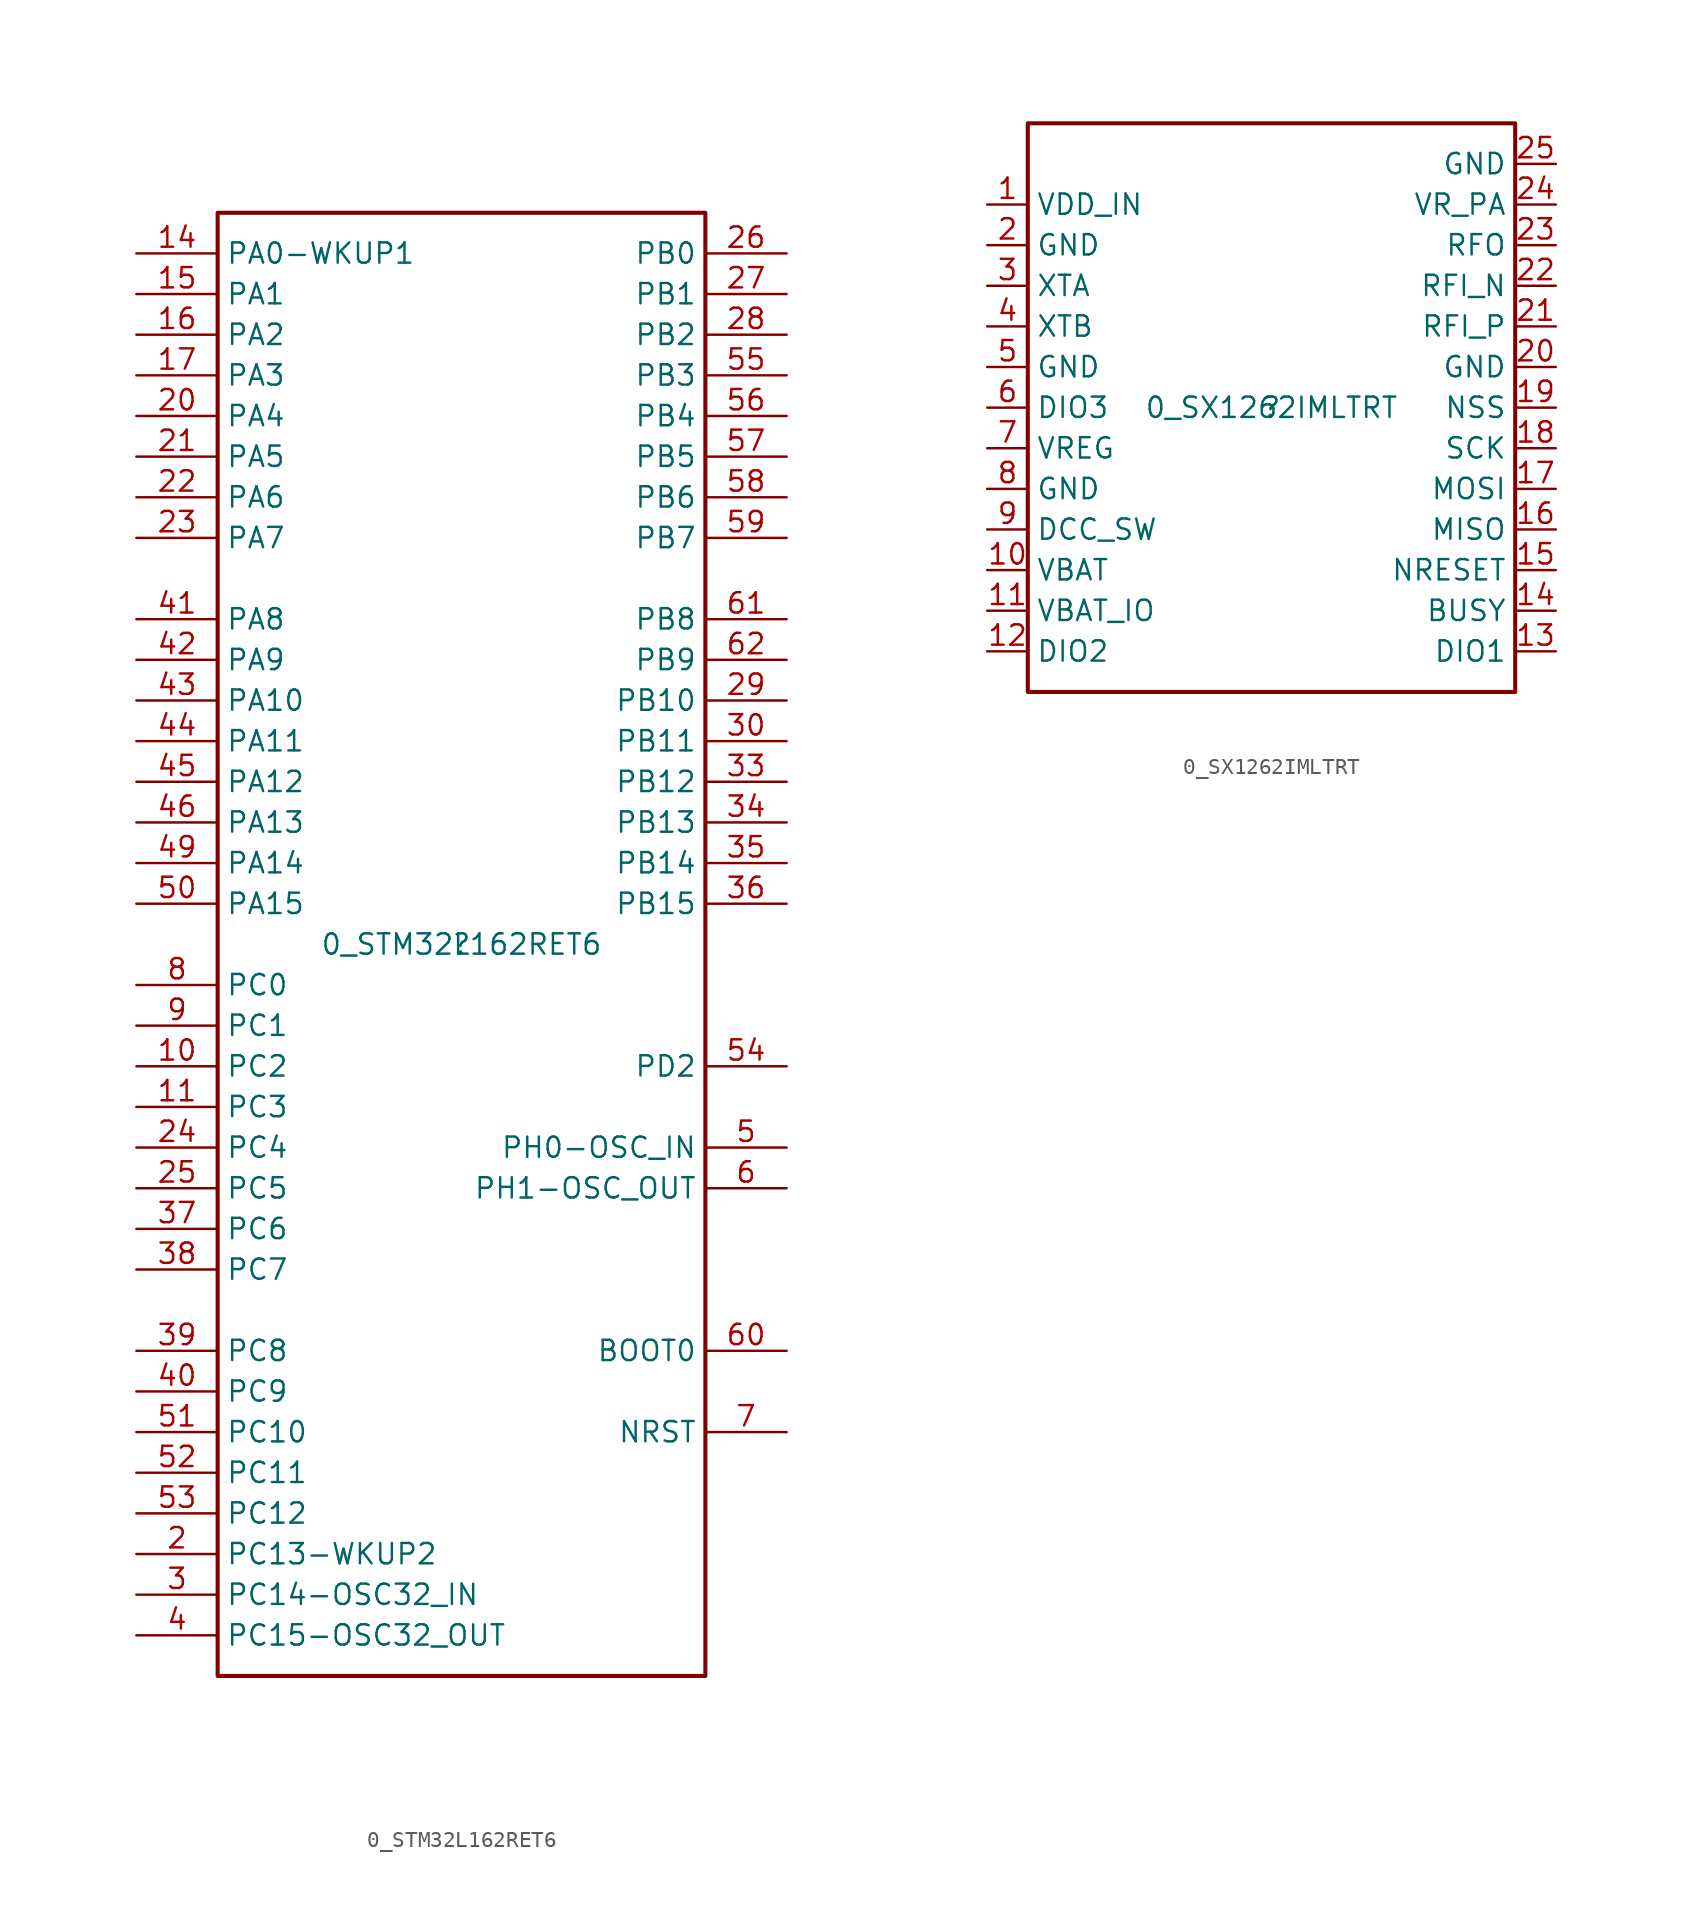
<source format=kicad_sym>
(kicad_symbol_lib
  (version 20211014)
  (generator kicad_symbol_editor)
  (symbol "0_STM32L162RET6"
    (property "Reference" ""
      (at 0 0 0)
      (effects (font (size 1.27 1.27))))
    (property "Value" "0_STM32L162RET6"
      (at 0 0 0)
      (effects (font (size 1.27 1.27))))
    (symbol "0_STM32L162RET6_1_0"
      (rectangle (start 15.24 45.72) (end -15.24 -45.72) (stroke (width 0.254) (type default) (color 0 0 0 0)) (fill (type none)))
      (pin passive line (at -20.32 -7.62 0) (length 5.08) (name "PC2" (effects (font (size 1.27 1.27)))) (number "10" (effects (font (size 1.27 1.27)))))
      (pin passive line (at -20.32 -10.16 0) (length 5.08) (name "PC3" (effects (font (size 1.27 1.27)))) (number "11" (effects (font (size 1.27 1.27)))))
      (pin passive line (at -20.32 43.18 0) (length 5.08) (name "PA0-WKUP1" (effects (font (size 1.27 1.27)))) (number "14" (effects (font (size 1.27 1.27)))))
      (pin passive line (at -20.32 40.64 0) (length 5.08) (name "PA1" (effects (font (size 1.27 1.27)))) (number "15" (effects (font (size 1.27 1.27)))))
      (pin passive line (at -20.32 38.1 0) (length 5.08) (name "PA2" (effects (font (size 1.27 1.27)))) (number "16" (effects (font (size 1.27 1.27)))))
      (pin passive line (at -20.32 35.56 0) (length 5.08) (name "PA3" (effects (font (size 1.27 1.27)))) (number "17" (effects (font (size 1.27 1.27)))))
      (pin passive line (at -20.32 -38.1 0) (length 5.08) (name "PC13-WKUP2" (effects (font (size 1.27 1.27)))) (number "2" (effects (font (size 1.27 1.27)))))
      (pin passive line (at -20.32 33.02 0) (length 5.08) (name "PA4" (effects (font (size 1.27 1.27)))) (number "20" (effects (font (size 1.27 1.27)))))
      (pin passive line (at -20.32 30.48 0) (length 5.08) (name "PA5" (effects (font (size 1.27 1.27)))) (number "21" (effects (font (size 1.27 1.27)))))
      (pin passive line (at -20.32 27.94 0) (length 5.08) (name "PA6" (effects (font (size 1.27 1.27)))) (number "22" (effects (font (size 1.27 1.27)))))
      (pin passive line (at -20.32 25.4 0) (length 5.08) (name "PA7" (effects (font (size 1.27 1.27)))) (number "23" (effects (font (size 1.27 1.27)))))
      (pin passive line (at -20.32 -12.7 0) (length 5.08) (name "PC4" (effects (font (size 1.27 1.27)))) (number "24" (effects (font (size 1.27 1.27)))))
      (pin passive line (at -20.32 -15.24 0) (length 5.08) (name "PC5" (effects (font (size 1.27 1.27)))) (number "25" (effects (font (size 1.27 1.27)))))
      (pin passive line (at 20.32 43.18 180) (length 5.08) (name "PB0" (effects (font (size 1.27 1.27)))) (number "26" (effects (font (size 1.27 1.27)))))
      (pin passive line (at 20.32 40.64 180) (length 5.08) (name "PB1" (effects (font (size 1.27 1.27)))) (number "27" (effects (font (size 1.27 1.27)))))
      (pin passive line (at 20.32 38.1 180) (length 5.08) (name "PB2" (effects (font (size 1.27 1.27)))) (number "28" (effects (font (size 1.27 1.27)))))
      (pin passive line (at 20.32 15.24 180) (length 5.08) (name "PB10" (effects (font (size 1.27 1.27)))) (number "29" (effects (font (size 1.27 1.27)))))
      (pin passive line (at -20.32 -40.64 0) (length 5.08) (name "PC14-OSC32_IN" (effects (font (size 1.27 1.27)))) (number "3" (effects (font (size 1.27 1.27)))))
      (pin passive line (at 20.32 12.7 180) (length 5.08) (name "PB11" (effects (font (size 1.27 1.27)))) (number "30" (effects (font (size 1.27 1.27)))))
      (pin passive line (at 20.32 10.16 180) (length 5.08) (name "PB12" (effects (font (size 1.27 1.27)))) (number "33" (effects (font (size 1.27 1.27)))))
      (pin passive line (at 20.32 7.62 180) (length 5.08) (name "PB13" (effects (font (size 1.27 1.27)))) (number "34" (effects (font (size 1.27 1.27)))))
      (pin passive line (at 20.32 5.08 180) (length 5.08) (name "PB14" (effects (font (size 1.27 1.27)))) (number "35" (effects (font (size 1.27 1.27)))))
      (pin passive line (at 20.32 2.54 180) (length 5.08) (name "PB15" (effects (font (size 1.27 1.27)))) (number "36" (effects (font (size 1.27 1.27)))))
      (pin passive line (at -20.32 -17.78 0) (length 5.08) (name "PC6" (effects (font (size 1.27 1.27)))) (number "37" (effects (font (size 1.27 1.27)))))
      (pin passive line (at -20.32 -20.32 0) (length 5.08) (name "PC7" (effects (font (size 1.27 1.27)))) (number "38" (effects (font (size 1.27 1.27)))))
      (pin passive line (at -20.32 -25.4 0) (length 5.08) (name "PC8" (effects (font (size 1.27 1.27)))) (number "39" (effects (font (size 1.27 1.27)))))
      (pin passive line (at -20.32 -43.18 0) (length 5.08) (name "PC15-OSC32_OUT" (effects (font (size 1.27 1.27)))) (number "4" (effects (font (size 1.27 1.27)))))
      (pin passive line (at -20.32 -27.94 0) (length 5.08) (name "PC9" (effects (font (size 1.27 1.27)))) (number "40" (effects (font (size 1.27 1.27)))))
      (pin passive line (at -20.32 20.32 0) (length 5.08) (name "PA8" (effects (font (size 1.27 1.27)))) (number "41" (effects (font (size 1.27 1.27)))))
      (pin passive line (at -20.32 17.78 0) (length 5.08) (name "PA9" (effects (font (size 1.27 1.27)))) (number "42" (effects (font (size 1.27 1.27)))))
      (pin passive line (at -20.32 15.24 0) (length 5.08) (name "PA10" (effects (font (size 1.27 1.27)))) (number "43" (effects (font (size 1.27 1.27)))))
      (pin passive line (at -20.32 12.7 0) (length 5.08) (name "PA11" (effects (font (size 1.27 1.27)))) (number "44" (effects (font (size 1.27 1.27)))))
      (pin passive line (at -20.32 10.16 0) (length 5.08) (name "PA12" (effects (font (size 1.27 1.27)))) (number "45" (effects (font (size 1.27 1.27)))))
      (pin passive line (at -20.32 7.62 0) (length 5.08) (name "PA13" (effects (font (size 1.27 1.27)))) (number "46" (effects (font (size 1.27 1.27)))))
      (pin passive line (at -20.32 5.08 0) (length 5.08) (name "PA14" (effects (font (size 1.27 1.27)))) (number "49" (effects (font (size 1.27 1.27)))))
      (pin passive line (at 20.32 -12.7 180) (length 5.08) (name "PH0-OSC_IN" (effects (font (size 1.27 1.27)))) (number "5" (effects (font (size 1.27 1.27)))))
      (pin passive line (at -20.32 2.54 0) (length 5.08) (name "PA15" (effects (font (size 1.27 1.27)))) (number "50" (effects (font (size 1.27 1.27)))))
      (pin passive line (at -20.32 -30.48 0) (length 5.08) (name "PC10" (effects (font (size 1.27 1.27)))) (number "51" (effects (font (size 1.27 1.27)))))
      (pin passive line (at -20.32 -33.02 0) (length 5.08) (name "PC11" (effects (font (size 1.27 1.27)))) (number "52" (effects (font (size 1.27 1.27)))))
      (pin passive line (at -20.32 -35.56 0) (length 5.08) (name "PC12" (effects (font (size 1.27 1.27)))) (number "53" (effects (font (size 1.27 1.27)))))
      (pin passive line (at 20.32 -7.62 180) (length 5.08) (name "PD2" (effects (font (size 1.27 1.27)))) (number "54" (effects (font (size 1.27 1.27)))))
      (pin passive line (at 20.32 35.56 180) (length 5.08) (name "PB3" (effects (font (size 1.27 1.27)))) (number "55" (effects (font (size 1.27 1.27)))))
      (pin passive line (at 20.32 33.02 180) (length 5.08) (name "PB4" (effects (font (size 1.27 1.27)))) (number "56" (effects (font (size 1.27 1.27)))))
      (pin passive line (at 20.32 30.48 180) (length 5.08) (name "PB5" (effects (font (size 1.27 1.27)))) (number "57" (effects (font (size 1.27 1.27)))))
      (pin passive line (at 20.32 27.94 180) (length 5.08) (name "PB6" (effects (font (size 1.27 1.27)))) (number "58" (effects (font (size 1.27 1.27)))))
      (pin passive line (at 20.32 25.4 180) (length 5.08) (name "PB7" (effects (font (size 1.27 1.27)))) (number "59" (effects (font (size 1.27 1.27)))))
      (pin passive line (at 20.32 -15.24 180) (length 5.08) (name "PH1-OSC_OUT" (effects (font (size 1.27 1.27)))) (number "6" (effects (font (size 1.27 1.27)))))
      (pin passive line (at 20.32 -25.4 180) (length 5.08) (name "BOOT0" (effects (font (size 1.27 1.27)))) (number "60" (effects (font (size 1.27 1.27)))))
      (pin passive line (at 20.32 20.32 180) (length 5.08) (name "PB8" (effects (font (size 1.27 1.27)))) (number "61" (effects (font (size 1.27 1.27)))))
      (pin passive line (at 20.32 17.78 180) (length 5.08) (name "PB9" (effects (font (size 1.27 1.27)))) (number "62" (effects (font (size 1.27 1.27)))))
      (pin passive line (at 20.32 -30.48 180) (length 5.08) (name "NRST" (effects (font (size 1.27 1.27)))) (number "7" (effects (font (size 1.27 1.27)))))
      (pin passive line (at -20.32 -2.54 0) (length 5.08) (name "PC0" (effects (font (size 1.27 1.27)))) (number "8" (effects (font (size 1.27 1.27)))))
      (pin passive line (at -20.32 -5.08 0) (length 5.08) (name "PC1" (effects (font (size 1.27 1.27)))) (number "9" (effects (font (size 1.27 1.27)))))))
  (symbol "0_SX1262IMLTRT"
    (property "Reference" ""
      (at 0 0 0)
      (effects (font (size 1.27 1.27))))
    (property "Value" "0_SX1262IMLTRT"
      (at 0 0 0)
      (effects (font (size 1.27 1.27))))
    (symbol "0_SX1262IMLTRT_1_0"
      (rectangle (start 15.24 17.78) (end -15.24 -17.78) (stroke (width 0.254) (type default) (color 0 0 0 0)) (fill (type none)))
      (pin passive line (at -17.78 12.7 0) (length 2.54) (name "VDD_IN" (effects (font (size 1.27 1.27)))) (number "1" (effects (font (size 1.27 1.27)))))
      (pin passive line (at -17.78 -10.16 0) (length 2.54) (name "VBAT" (effects (font (size 1.27 1.27)))) (number "10" (effects (font (size 1.27 1.27)))))
      (pin passive line (at -17.78 -12.7 0) (length 2.54) (name "VBAT_IO" (effects (font (size 1.27 1.27)))) (number "11" (effects (font (size 1.27 1.27)))))
      (pin passive line (at -17.78 -15.24 0) (length 2.54) (name "DIO2" (effects (font (size 1.27 1.27)))) (number "12" (effects (font (size 1.27 1.27)))))
      (pin passive line (at 17.78 -15.24 180) (length 2.54) (name "DIO1" (effects (font (size 1.27 1.27)))) (number "13" (effects (font (size 1.27 1.27)))))
      (pin passive line (at 17.78 -12.7 180) (length 2.54) (name "BUSY" (effects (font (size 1.27 1.27)))) (number "14" (effects (font (size 1.27 1.27)))))
      (pin passive line (at 17.78 -10.16 180) (length 2.54) (name "NRESET" (effects (font (size 1.27 1.27)))) (number "15" (effects (font (size 1.27 1.27)))))
      (pin passive line (at 17.78 -7.62 180) (length 2.54) (name "MISO" (effects (font (size 1.27 1.27)))) (number "16" (effects (font (size 1.27 1.27)))))
      (pin passive line (at 17.78 -5.08 180) (length 2.54) (name "MOSI" (effects (font (size 1.27 1.27)))) (number "17" (effects (font (size 1.27 1.27)))))
      (pin passive line (at 17.78 -2.54 180) (length 2.54) (name "SCK" (effects (font (size 1.27 1.27)))) (number "18" (effects (font (size 1.27 1.27)))))
      (pin passive line (at 17.78 0 180) (length 2.54) (name "NSS" (effects (font (size 1.27 1.27)))) (number "19" (effects (font (size 1.27 1.27)))))
      (pin passive line (at -17.78 10.16 0) (length 2.54) (name "GND" (effects (font (size 1.27 1.27)))) (number "2" (effects (font (size 1.27 1.27)))))
      (pin passive line (at 17.78 2.54 180) (length 2.54) (name "GND" (effects (font (size 1.27 1.27)))) (number "20" (effects (font (size 1.27 1.27)))))
      (pin passive line (at 17.78 5.08 180) (length 2.54) (name "RFI_P" (effects (font (size 1.27 1.27)))) (number "21" (effects (font (size 1.27 1.27)))))
      (pin passive line (at 17.78 7.62 180) (length 2.54) (name "RFI_N" (effects (font (size 1.27 1.27)))) (number "22" (effects (font (size 1.27 1.27)))))
      (pin passive line (at 17.78 10.16 180) (length 2.54) (name "RFO" (effects (font (size 1.27 1.27)))) (number "23" (effects (font (size 1.27 1.27)))))
      (pin passive line (at 17.78 12.7 180) (length 2.54) (name "VR_PA" (effects (font (size 1.27 1.27)))) (number "24" (effects (font (size 1.27 1.27)))))
      (pin passive line (at 17.78 15.24 180) (length 2.54) (name "GND" (effects (font (size 1.27 1.27)))) (number "25" (effects (font (size 1.27 1.27)))))
      (pin passive line (at -17.78 7.62 0) (length 2.54) (name "XTA" (effects (font (size 1.27 1.27)))) (number "3" (effects (font (size 1.27 1.27)))))
      (pin passive line (at -17.78 5.08 0) (length 2.54) (name "XTB" (effects (font (size 1.27 1.27)))) (number "4" (effects (font (size 1.27 1.27)))))
      (pin passive line (at -17.78 2.54 0) (length 2.54) (name "GND" (effects (font (size 1.27 1.27)))) (number "5" (effects (font (size 1.27 1.27)))))
      (pin passive line (at -17.78 0 0) (length 2.54) (name "DIO3" (effects (font (size 1.27 1.27)))) (number "6" (effects (font (size 1.27 1.27)))))
      (pin passive line (at -17.78 -2.54 0) (length 2.54) (name "VREG" (effects (font (size 1.27 1.27)))) (number "7" (effects (font (size 1.27 1.27)))))
      (pin passive line (at -17.78 -5.08 0) (length 2.54) (name "GND" (effects (font (size 1.27 1.27)))) (number "8" (effects (font (size 1.27 1.27)))))
      (pin passive line (at -17.78 -7.62 0) (length 2.54) (name "DCC_SW" (effects (font (size 1.27 1.27)))) (number "9" (effects (font (size 1.27 1.27))))))))
</source>
